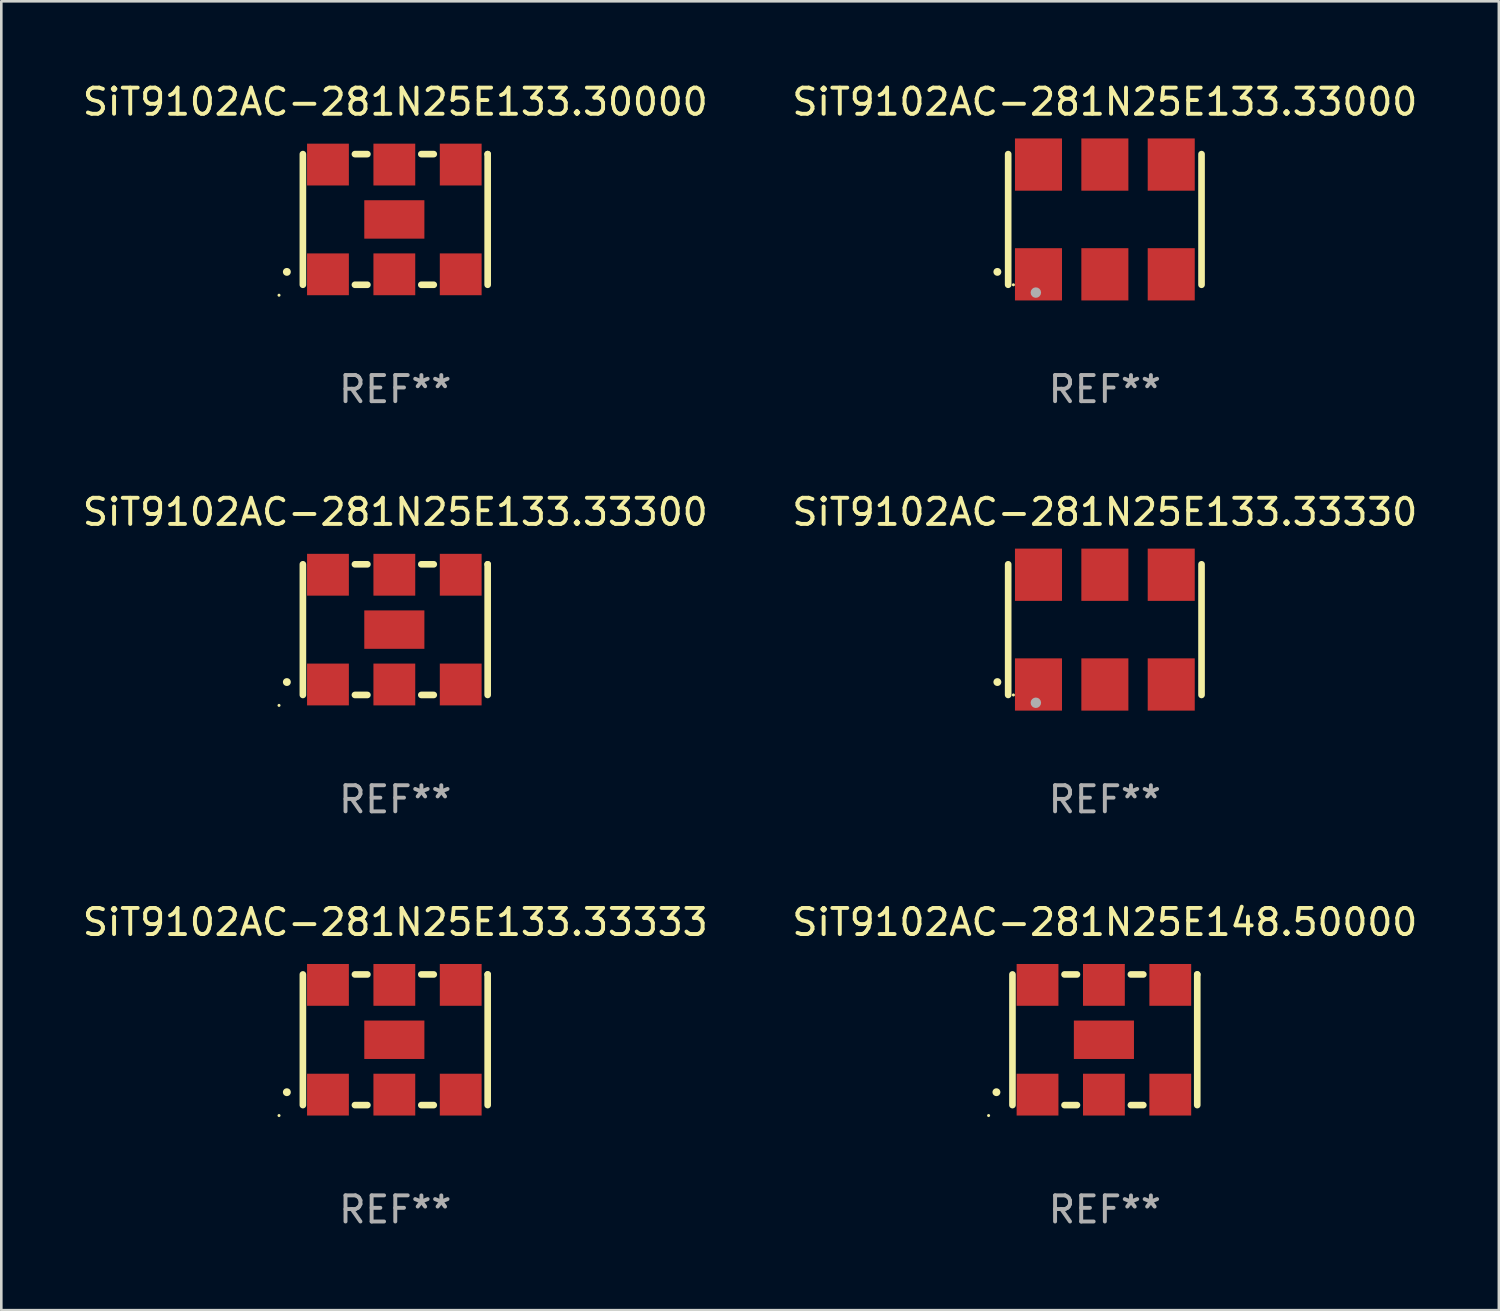
<source format=kicad_pcb>
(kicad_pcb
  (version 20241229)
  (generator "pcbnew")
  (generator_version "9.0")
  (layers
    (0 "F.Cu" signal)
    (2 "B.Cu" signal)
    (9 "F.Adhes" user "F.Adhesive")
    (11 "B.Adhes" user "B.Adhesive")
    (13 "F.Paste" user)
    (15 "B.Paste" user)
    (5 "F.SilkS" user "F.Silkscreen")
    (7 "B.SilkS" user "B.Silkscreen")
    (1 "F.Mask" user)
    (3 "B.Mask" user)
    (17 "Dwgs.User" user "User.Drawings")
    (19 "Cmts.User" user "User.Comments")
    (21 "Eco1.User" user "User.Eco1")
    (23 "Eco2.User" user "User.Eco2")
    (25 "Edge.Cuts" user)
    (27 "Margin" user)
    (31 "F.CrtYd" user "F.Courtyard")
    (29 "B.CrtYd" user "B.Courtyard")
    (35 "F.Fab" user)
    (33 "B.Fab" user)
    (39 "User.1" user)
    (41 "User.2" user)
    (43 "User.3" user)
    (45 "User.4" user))
  (footprint "SiT9102AC-281N25E133.33333"
    (layer "F.Cu")
    (at 12.077 36.741)
    (property "Reference" "SiT9102AC-281N25E133.33333" (at 0 -4.5 0) (layer "F.SilkS") (effects (font (size 1 1) (thickness 0.15))))
    (attr through_hole)
    (fp_line (start -3.536 -2.5) (end -3.536 2.5) (stroke (width 0.254) (type solid)) (layer "F.SilkS"))
    (fp_line (start -1.544 2.5) (end -1.067 2.5) (stroke (width 0.254) (type solid)) (layer "F.SilkS"))
    (fp_line (start -1.067 -2.5) (end -1.544 -2.5) (stroke (width 0.254) (type solid)) (layer "F.SilkS"))
    (fp_line (start 0.996 2.5) (end 1.473 2.5) (stroke (width 0.254) (type solid)) (layer "F.SilkS"))
    (fp_line (start 1.473 -2.5) (end 0.996 -2.5) (stroke (width 0.254) (type solid)) (layer "F.SilkS"))
    (fp_line (start 3.536 -2.5) (end 3.536 -2.5) (stroke (width 0.254) (type solid)) (layer "F.SilkS"))
    (fp_line (start 3.536 2.5) (end 3.536 -2.5) (stroke (width 0.254) (type solid)) (layer "F.SilkS"))
    (fp_arc (start -4.150432 2.006604) (mid -4.149162 2.006599) (end -4.147892 2.006604) (stroke (width 0.3) (type solid)) (layer "F.SilkS"))
    (fp_circle (center -4.449 2.9) (end -4.419 2.9) (stroke (width 0.06) (type solid)) (fill no) (layer "F.SilkS"))
    (fp_text user "REF**" (at 0 6.5 0) (layer "F.Fab") (effects (font (size 1 1) (thickness 0.15))))
    (pad "1" smd rect (at -2.576 2.1) (size 1.6 1.6) (layers "F.Cu" "F.Mask" "F.Paste"))
    (pad "2" smd rect (at -0.036 2.1) (size 1.6 1.6) (layers "F.Cu" "F.Mask" "F.Paste"))
    (pad "3" smd rect (at 2.504 2.1) (size 1.6 1.6) (layers "F.Cu" "F.Mask" "F.Paste"))
    (pad "4" smd rect (at 2.504 -2.1) (size 1.6 1.6) (layers "F.Cu" "F.Mask" "F.Paste"))
    (pad "5" smd rect (at -0.036 -2.1) (size 1.6 1.6) (layers "F.Cu" "F.Mask" "F.Paste"))
    (pad "6" smd rect (at -2.576 -2.1) (size 1.6 1.6) (layers "F.Cu" "F.Mask" "F.Paste"))
    (pad "7" smd rect (at -0.036 0) (size 2.3 1.47) (layers "F.Cu" "F.Mask" "F.Paste")))
  (footprint "SiT9102AC-281N25E133.33000"
    (layer "F.Cu")
    (at 39.232 5.348)
    (property "Reference" "SiT9102AC-281N25E133.33000" (at 0 -4.5 0) (layer "F.SilkS") (effects (font (size 1 1) (thickness 0.15))))
    (attr through_hole)
    (fp_line (start -3.7 -2.5) (end -3.7 2.5) (stroke (width 0.254) (type solid)) (layer "F.SilkS"))
    (fp_line (start 3.7 -2.5) (end 3.7 2.5) (stroke (width 0.254) (type solid)) (layer "F.SilkS"))
    (fp_arc (start -4.114415 2.006604) (mid -4.113145 2.006599) (end -4.111875 2.006604) (stroke (width 0.3) (type solid)) (layer "F.SilkS"))
    (fp_circle (center -3.5 2.501) (end -3.47 2.501) (stroke (width 0.06) (type solid)) (fill no) (layer "F.SilkS"))
    (fp_circle (center -2.641 2.799) (end -2.541 2.799) (stroke (width 0.2) (type solid)) (fill no) (layer "F.Fab"))
    (fp_text user "REF**" (at 0 6.5 0) (layer "F.Fab") (effects (font (size 1 1) (thickness 0.15))))
    (pad "1" smd rect (at -2.54 2.1) (size 1.8 2) (layers "F.Cu" "F.Mask" "F.Paste"))
    (pad "2" smd rect (at 0.000394 2.1) (size 1.8 2) (layers "F.Cu" "F.Mask" "F.Paste"))
    (pad "3" smd rect (at 2.54 2.1) (size 1.8 2) (layers "F.Cu" "F.Mask" "F.Paste"))
    (pad "4" smd rect (at 2.54 -2.1) (size 1.8 2) (layers "F.Cu" "F.Mask" "F.Paste"))
    (pad "5" smd rect (at 0.000394 -2.1) (size 1.8 2) (layers "F.Cu" "F.Mask" "F.Paste"))
    (pad "6" smd rect (at -2.54 -2.1) (size 1.8 2) (layers "F.Cu" "F.Mask" "F.Paste")))
  (footprint "SiT9102AC-281N25E133.33300"
    (layer "F.Cu")
    (at 12.077 21.045)
    (property "Reference" "SiT9102AC-281N25E133.33300" (at 0 -4.5 0) (layer "F.SilkS") (effects (font (size 1 1) (thickness 0.15))))
    (attr through_hole)
    (fp_line (start -3.536 -2.5) (end -3.536 2.5) (stroke (width 0.254) (type solid)) (layer "F.SilkS"))
    (fp_line (start -1.544 2.5) (end -1.067 2.5) (stroke (width 0.254) (type solid)) (layer "F.SilkS"))
    (fp_line (start -1.067 -2.5) (end -1.544 -2.5) (stroke (width 0.254) (type solid)) (layer "F.SilkS"))
    (fp_line (start 0.996 2.5) (end 1.473 2.5) (stroke (width 0.254) (type solid)) (layer "F.SilkS"))
    (fp_line (start 1.473 -2.5) (end 0.996 -2.5) (stroke (width 0.254) (type solid)) (layer "F.SilkS"))
    (fp_line (start 3.536 -2.5) (end 3.536 -2.5) (stroke (width 0.254) (type solid)) (layer "F.SilkS"))
    (fp_line (start 3.536 2.5) (end 3.536 -2.5) (stroke (width 0.254) (type solid)) (layer "F.SilkS"))
    (fp_arc (start -4.150432 2.006604) (mid -4.149162 2.006599) (end -4.147892 2.006604) (stroke (width 0.3) (type solid)) (layer "F.SilkS"))
    (fp_circle (center -4.449 2.9) (end -4.419 2.9) (stroke (width 0.06) (type solid)) (fill no) (layer "F.SilkS"))
    (fp_text user "REF**" (at 0 6.5 0) (layer "F.Fab") (effects (font (size 1 1) (thickness 0.15))))
    (pad "1" smd rect (at -2.576 2.1) (size 1.6 1.6) (layers "F.Cu" "F.Mask" "F.Paste"))
    (pad "2" smd rect (at -0.036 2.1) (size 1.6 1.6) (layers "F.Cu" "F.Mask" "F.Paste"))
    (pad "3" smd rect (at 2.504 2.1) (size 1.6 1.6) (layers "F.Cu" "F.Mask" "F.Paste"))
    (pad "4" smd rect (at 2.504 -2.1) (size 1.6 1.6) (layers "F.Cu" "F.Mask" "F.Paste"))
    (pad "5" smd rect (at -0.036 -2.1) (size 1.6 1.6) (layers "F.Cu" "F.Mask" "F.Paste"))
    (pad "6" smd rect (at -2.576 -2.1) (size 1.6 1.6) (layers "F.Cu" "F.Mask" "F.Paste"))
    (pad "7" smd rect (at -0.036 0) (size 2.3 1.47) (layers "F.Cu" "F.Mask" "F.Paste")))
  (footprint "SiT9102AC-281N25E148.50000"
    (layer "F.Cu")
    (at 39.232 36.741)
    (property "Reference" "SiT9102AC-281N25E148.50000" (at 0 -4.5 0) (layer "F.SilkS") (effects (font (size 1 1) (thickness 0.15))))
    (attr through_hole)
    (fp_line (start -3.536 -2.5) (end -3.536 2.5) (stroke (width 0.254) (type solid)) (layer "F.SilkS"))
    (fp_line (start -1.544 2.5) (end -1.067 2.5) (stroke (width 0.254) (type solid)) (layer "F.SilkS"))
    (fp_line (start -1.067 -2.5) (end -1.544 -2.5) (stroke (width 0.254) (type solid)) (layer "F.SilkS"))
    (fp_line (start 0.996 2.5) (end 1.473 2.5) (stroke (width 0.254) (type solid)) (layer "F.SilkS"))
    (fp_line (start 1.473 -2.5) (end 0.996 -2.5) (stroke (width 0.254) (type solid)) (layer "F.SilkS"))
    (fp_line (start 3.536 -2.5) (end 3.536 -2.5) (stroke (width 0.254) (type solid)) (layer "F.SilkS"))
    (fp_line (start 3.536 2.5) (end 3.536 -2.5) (stroke (width 0.254) (type solid)) (layer "F.SilkS"))
    (fp_arc (start -4.150432 2.006604) (mid -4.149162 2.006599) (end -4.147892 2.006604) (stroke (width 0.3) (type solid)) (layer "F.SilkS"))
    (fp_circle (center -4.449 2.9) (end -4.419 2.9) (stroke (width 0.06) (type solid)) (fill no) (layer "F.SilkS"))
    (fp_text user "REF**" (at 0 6.5 0) (layer "F.Fab") (effects (font (size 1 1) (thickness 0.15))))
    (pad "1" smd rect (at -2.576 2.1) (size 1.6 1.6) (layers "F.Cu" "F.Mask" "F.Paste"))
    (pad "2" smd rect (at -0.036 2.1) (size 1.6 1.6) (layers "F.Cu" "F.Mask" "F.Paste"))
    (pad "3" smd rect (at 2.504 2.1) (size 1.6 1.6) (layers "F.Cu" "F.Mask" "F.Paste"))
    (pad "4" smd rect (at 2.504 -2.1) (size 1.6 1.6) (layers "F.Cu" "F.Mask" "F.Paste"))
    (pad "5" smd rect (at -0.036 -2.1) (size 1.6 1.6) (layers "F.Cu" "F.Mask" "F.Paste"))
    (pad "6" smd rect (at -2.576 -2.1) (size 1.6 1.6) (layers "F.Cu" "F.Mask" "F.Paste"))
    (pad "7" smd rect (at -0.036 0) (size 2.3 1.47) (layers "F.Cu" "F.Mask" "F.Paste")))
  (footprint "SiT9102AC-281N25E133.33330"
    (layer "F.Cu")
    (at 39.232 21.045)
    (property "Reference" "SiT9102AC-281N25E133.33330" (at 0 -4.5 0) (layer "F.SilkS") (effects (font (size 1 1) (thickness 0.15))))
    (attr through_hole)
    (fp_line (start -3.7 -2.5) (end -3.7 2.5) (stroke (width 0.254) (type solid)) (layer "F.SilkS"))
    (fp_line (start 3.7 -2.5) (end 3.7 2.5) (stroke (width 0.254) (type solid)) (layer "F.SilkS"))
    (fp_arc (start -4.114415 2.006604) (mid -4.113145 2.006599) (end -4.111875 2.006604) (stroke (width 0.3) (type solid)) (layer "F.SilkS"))
    (fp_circle (center -3.5 2.501) (end -3.47 2.501) (stroke (width 0.06) (type solid)) (fill no) (layer "F.SilkS"))
    (fp_circle (center -2.641 2.799) (end -2.541 2.799) (stroke (width 0.2) (type solid)) (fill no) (layer "F.Fab"))
    (fp_text user "REF**" (at 0 6.5 0) (layer "F.Fab") (effects (font (size 1 1) (thickness 0.15))))
    (pad "1" smd rect (at -2.54 2.1) (size 1.8 2) (layers "F.Cu" "F.Mask" "F.Paste"))
    (pad "2" smd rect (at 0.000394 2.1) (size 1.8 2) (layers "F.Cu" "F.Mask" "F.Paste"))
    (pad "3" smd rect (at 2.54 2.1) (size 1.8 2) (layers "F.Cu" "F.Mask" "F.Paste"))
    (pad "4" smd rect (at 2.54 -2.1) (size 1.8 2) (layers "F.Cu" "F.Mask" "F.Paste"))
    (pad "5" smd rect (at 0.000394 -2.1) (size 1.8 2) (layers "F.Cu" "F.Mask" "F.Paste"))
    (pad "6" smd rect (at -2.54 -2.1) (size 1.8 2) (layers "F.Cu" "F.Mask" "F.Paste")))
  (footprint "SiT9102AC-281N25E133.30000"
    (layer "F.Cu")
    (at 12.077 5.348)
    (property "Reference" "SiT9102AC-281N25E133.30000" (at 0 -4.5 0) (layer "F.SilkS") (effects (font (size 1 1) (thickness 0.15))))
    (attr through_hole)
    (fp_line (start -3.536 -2.5) (end -3.536 2.5) (stroke (width 0.254) (type solid)) (layer "F.SilkS"))
    (fp_line (start -1.544 2.5) (end -1.067 2.5) (stroke (width 0.254) (type solid)) (layer "F.SilkS"))
    (fp_line (start -1.067 -2.5) (end -1.544 -2.5) (stroke (width 0.254) (type solid)) (layer "F.SilkS"))
    (fp_line (start 0.996 2.5) (end 1.473 2.5) (stroke (width 0.254) (type solid)) (layer "F.SilkS"))
    (fp_line (start 1.473 -2.5) (end 0.996 -2.5) (stroke (width 0.254) (type solid)) (layer "F.SilkS"))
    (fp_line (start 3.536 -2.5) (end 3.536 -2.5) (stroke (width 0.254) (type solid)) (layer "F.SilkS"))
    (fp_line (start 3.536 2.5) (end 3.536 -2.5) (stroke (width 0.254) (type solid)) (layer "F.SilkS"))
    (fp_arc (start -4.150432 2.006604) (mid -4.149162 2.006599) (end -4.147892 2.006604) (stroke (width 0.3) (type solid)) (layer "F.SilkS"))
    (fp_circle (center -4.449 2.9) (end -4.419 2.9) (stroke (width 0.06) (type solid)) (fill no) (layer "F.SilkS"))
    (fp_text user "REF**" (at 0 6.5 0) (layer "F.Fab") (effects (font (size 1 1) (thickness 0.15))))
    (pad "1" smd rect (at -2.576 2.1) (size 1.6 1.6) (layers "F.Cu" "F.Mask" "F.Paste"))
    (pad "2" smd rect (at -0.036 2.1) (size 1.6 1.6) (layers "F.Cu" "F.Mask" "F.Paste"))
    (pad "3" smd rect (at 2.504 2.1) (size 1.6 1.6) (layers "F.Cu" "F.Mask" "F.Paste"))
    (pad "4" smd rect (at 2.504 -2.1) (size 1.6 1.6) (layers "F.Cu" "F.Mask" "F.Paste"))
    (pad "5" smd rect (at -0.036 -2.1) (size 1.6 1.6) (layers "F.Cu" "F.Mask" "F.Paste"))
    (pad "6" smd rect (at -2.576 -2.1) (size 1.6 1.6) (layers "F.Cu" "F.Mask" "F.Paste"))
    (pad "7" smd rect (at -0.036 0) (size 2.3 1.47) (layers "F.Cu" "F.Mask" "F.Paste")))
  (gr_rect
    (start -3 -3)
    (end 54.31 47.09)
    (stroke (width 0.1) (type default))
    (fill no)
    (layer "Edge.Cuts")))
</source>
